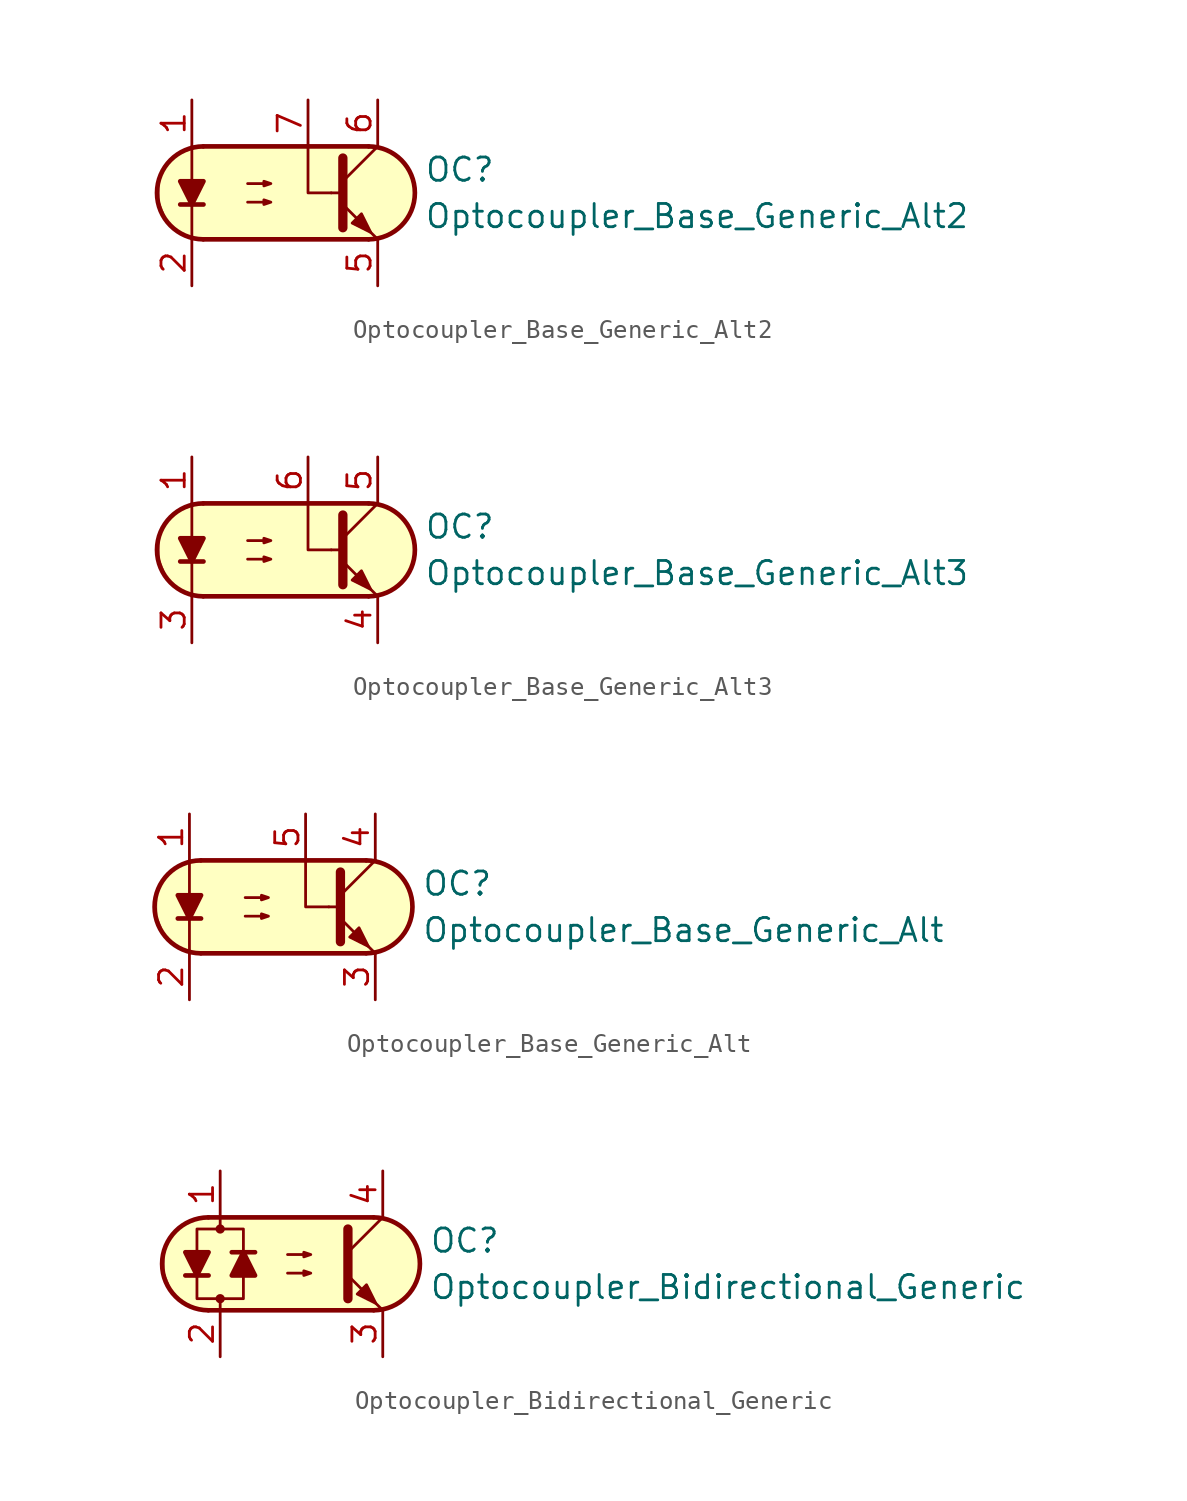
<source format=kicad_sym>
(kicad_symbol_lib
  (version 20211014)
  (generator kicad_symbol_editor)
  (symbol "Optocoupler_AKL:Optocoupler_Base_Generic_Alt2"
    (pin_names
      (offset 1.016))
    (property "Reference" "OC"
      (at 7.62 1.27 0)
      (effects (font (size 1.27 1.27)) (justify left)))
    (property "Value" "Optocoupler_Base_Generic_Alt2"
      (at 7.62 -1.27 0)
      (effects (font (size 1.27 1.27)) (justify left)))
    (symbol "Optocoupler_Base_Generic_Alt2_0_1"
      (arc (start -4.4675 2.54) (mid -6.9851 0) (end -4.4675 -2.54) (stroke (width 0.254) (type default) (color 0 0 0 0)) (fill (type none)))
      (polyline (pts (xy -5.715 -0.635) (xy -4.445 -0.635)) (stroke (width 0.254) (type default) (color 0 0 0 0)) (fill (type none)))
      (polyline (pts (xy -4.445 2.54) (xy 4.572 2.54)) (stroke (width 0.254) (type default) (color 0 0 0 0)) (fill (type none)))
      (polyline (pts (xy 2.54 0) (xy 3.048 0)) (stroke (width 0.152) (type default) (color 0 0 0 0)) (fill (type none)))
      (polyline (pts (xy 3.175 0.635) (xy 5.08 2.54)) (stroke (width 0) (type default) (color 0 0 0 0)) (fill (type none)))
      (polyline (pts (xy 4.572 -2.54) (xy -4.445 -2.54)) (stroke (width 0.254) (type default) (color 0 0 0 0)) (fill (type none)))
      (polyline (pts (xy 5.08 -2.54) (xy 3.175 -0.635)) (stroke (width 0) (type default) (color 0 0 0 0)) (fill (type outline)))
      (polyline (pts (xy -5.08 -2.54) (xy -5.08 -1.27) (xy -5.08 2.54)) (stroke (width 0.152) (type default) (color 0 0 0 0)) (fill (type none)))
      (polyline (pts (xy 2.54 0) (xy 1.27 0) (xy 1.27 2.54)) (stroke (width 0.152) (type default) (color 0 0 0 0)) (fill (type none)))
      (polyline (pts (xy 3.175 1.905) (xy 3.175 -1.905) (xy 3.175 -1.905)) (stroke (width 0.508) (type default) (color 0 0 0 0)) (fill (type none)))
      (polyline (pts (xy -5.08 -0.635) (xy -5.715 0.635) (xy -4.445 0.635) (xy -5.08 -0.635)) (stroke (width 0.254) (type default) (color 0 0 0 0)) (fill (type outline)))
      (polyline (pts (xy -2.032 -0.508) (xy -0.762 -0.508) (xy -1.143 -0.635) (xy -1.143 -0.381) (xy -0.762 -0.508)) (stroke (width 0) (type default) (color 0 0 0 0)) (fill (type none)))
      (polyline (pts (xy -2.032 0.508) (xy -0.762 0.508) (xy -1.143 0.381) (xy -1.143 0.635) (xy -0.762 0.508)) (stroke (width 0) (type default) (color 0 0 0 0)) (fill (type none)))
      (polyline (pts (xy 3.683 -1.651) (xy 4.191 -1.143) (xy 4.699 -2.159) (xy 3.683 -1.651) (xy 3.683 -1.651)) (stroke (width 0) (type default) (color 0 0 0 0)) (fill (type outline)))
      (polyline (pts (xy -3.81 2.54) (xy 4.826 2.54) (xy 5.334 2.413) (xy 5.969 2.159) (xy 6.604 1.524) (xy 6.985 0.762) (xy 7.112 0) (xy 6.985 -0.889) (xy 6.477 -1.651) (xy 5.969 -2.159) (xy 5.334 -2.413) (xy 4.699 -2.54) (xy -5.08 -2.54) (xy -5.08 -2.54) (xy -5.842 -2.032) (xy -6.35 -1.778) (xy -6.858 -0.508) (xy -6.858 0.254) (xy -6.858 1.016) (xy -6.35 1.778) (xy -5.588 2.286) (xy -4.826 2.54) (xy -3.81 2.54)) (stroke (width 0.01) (type default) (color 0 0 0 0)) (fill (type background)))
      (arc (start 4.5945 -2.54) (mid 7.1121 0) (end 4.5945 2.54) (stroke (width 0.254) (type default) (color 0 0 0 0)) (fill (type none))))
    (symbol "Optocoupler_Base_Generic_Alt2_1_1"
      (pin passive line (at -5.08 5.08 270) (length 2.54) (name "~" (effects (font (size 1.27 1.27)))) (number "1" (effects (font (size 1.27 1.27)))))
      (pin passive line (at -5.08 -5.08 90) (length 2.54) (name "~" (effects (font (size 1.27 1.27)))) (number "2" (effects (font (size 1.27 1.27)))))
      (pin passive line (at 5.08 -5.08 90) (length 2.54) (name "~" (effects (font (size 1.27 1.27)))) (number "5" (effects (font (size 1.27 1.27)))))
      (pin passive line (at 5.08 5.08 270) (length 2.54) (name "~" (effects (font (size 1.27 1.27)))) (number "6" (effects (font (size 1.27 1.27)))))
      (pin passive line (at 1.27 5.08 270) (length 2.54) (name "~" (effects (font (size 1.27 1.27)))) (number "7" (effects (font (size 1.27 1.27)))))))
  (symbol "Optocoupler_AKL:Optocoupler_Base_Generic_Alt3"
    (pin_names
      (offset 1.016))
    (property "Reference" "OC"
      (at 7.62 1.27 0)
      (effects (font (size 1.27 1.27)) (justify left)))
    (property "Value" "Optocoupler_Base_Generic_Alt3"
      (at 7.62 -1.27 0)
      (effects (font (size 1.27 1.27)) (justify left)))
    (symbol "Optocoupler_Base_Generic_Alt3_0_1"
      (arc (start -4.4675 2.54) (mid -6.9851 0) (end -4.4675 -2.54) (stroke (width 0.254) (type default) (color 0 0 0 0)) (fill (type none)))
      (polyline (pts (xy -5.715 -0.635) (xy -4.445 -0.635)) (stroke (width 0.254) (type default) (color 0 0 0 0)) (fill (type none)))
      (polyline (pts (xy -4.445 2.54) (xy 4.572 2.54)) (stroke (width 0.254) (type default) (color 0 0 0 0)) (fill (type none)))
      (polyline (pts (xy 2.54 0) (xy 3.048 0)) (stroke (width 0.152) (type default) (color 0 0 0 0)) (fill (type none)))
      (polyline (pts (xy 3.175 0.635) (xy 5.08 2.54)) (stroke (width 0) (type default) (color 0 0 0 0)) (fill (type none)))
      (polyline (pts (xy 4.572 -2.54) (xy -4.445 -2.54)) (stroke (width 0.254) (type default) (color 0 0 0 0)) (fill (type none)))
      (polyline (pts (xy 5.08 -2.54) (xy 3.175 -0.635)) (stroke (width 0) (type default) (color 0 0 0 0)) (fill (type outline)))
      (polyline (pts (xy -5.08 -2.54) (xy -5.08 -1.27) (xy -5.08 2.54)) (stroke (width 0.152) (type default) (color 0 0 0 0)) (fill (type none)))
      (polyline (pts (xy 2.54 0) (xy 1.27 0) (xy 1.27 2.54)) (stroke (width 0.152) (type default) (color 0 0 0 0)) (fill (type none)))
      (polyline (pts (xy 3.175 1.905) (xy 3.175 -1.905) (xy 3.175 -1.905)) (stroke (width 0.508) (type default) (color 0 0 0 0)) (fill (type none)))
      (polyline (pts (xy -5.08 -0.635) (xy -5.715 0.635) (xy -4.445 0.635) (xy -5.08 -0.635)) (stroke (width 0.254) (type default) (color 0 0 0 0)) (fill (type outline)))
      (polyline (pts (xy -2.032 -0.508) (xy -0.762 -0.508) (xy -1.143 -0.635) (xy -1.143 -0.381) (xy -0.762 -0.508)) (stroke (width 0) (type default) (color 0 0 0 0)) (fill (type none)))
      (polyline (pts (xy -2.032 0.508) (xy -0.762 0.508) (xy -1.143 0.381) (xy -1.143 0.635) (xy -0.762 0.508)) (stroke (width 0) (type default) (color 0 0 0 0)) (fill (type none)))
      (polyline (pts (xy 3.683 -1.651) (xy 4.191 -1.143) (xy 4.699 -2.159) (xy 3.683 -1.651) (xy 3.683 -1.651)) (stroke (width 0) (type default) (color 0 0 0 0)) (fill (type outline)))
      (polyline (pts (xy -3.81 2.54) (xy 4.826 2.54) (xy 5.334 2.413) (xy 5.969 2.159) (xy 6.604 1.524) (xy 6.985 0.762) (xy 7.112 0) (xy 6.985 -0.889) (xy 6.477 -1.651) (xy 5.969 -2.159) (xy 5.334 -2.413) (xy 4.699 -2.54) (xy -5.08 -2.54) (xy -5.08 -2.54) (xy -5.842 -2.032) (xy -6.35 -1.778) (xy -6.858 -0.508) (xy -6.858 0.254) (xy -6.858 1.016) (xy -6.35 1.778) (xy -5.588 2.286) (xy -4.826 2.54) (xy -3.81 2.54)) (stroke (width 0.01) (type default) (color 0 0 0 0)) (fill (type background)))
      (arc (start 4.5945 -2.54) (mid 7.1121 0) (end 4.5945 2.54) (stroke (width 0.254) (type default) (color 0 0 0 0)) (fill (type none))))
    (symbol "Optocoupler_Base_Generic_Alt3_1_1"
      (pin passive line (at -5.08 5.08 270) (length 2.54) (name "~" (effects (font (size 1.27 1.27)))) (number "1" (effects (font (size 1.27 1.27)))))
      (pin passive line (at -5.08 -5.08 90) (length 2.54) (name "~" (effects (font (size 1.27 1.27)))) (number "3" (effects (font (size 1.27 1.27)))))
      (pin passive line (at 5.08 -5.08 90) (length 2.54) (name "~" (effects (font (size 1.27 1.27)))) (number "4" (effects (font (size 1.27 1.27)))))
      (pin passive line (at 5.08 5.08 270) (length 2.54) (name "~" (effects (font (size 1.27 1.27)))) (number "5" (effects (font (size 1.27 1.27)))))
      (pin passive line (at 1.27 5.08 270) (length 2.54) (name "~" (effects (font (size 1.27 1.27)))) (number "6" (effects (font (size 1.27 1.27)))))))
  (symbol "Optocoupler_AKL:Optocoupler_Base_Generic_Alt"
    (pin_names
      (offset 1.016))
    (property "Reference" "OC"
      (at 7.62 1.27 0)
      (effects (font (size 1.27 1.27)) (justify left)))
    (property "Value" "Optocoupler_Base_Generic_Alt"
      (at 7.62 -1.27 0)
      (effects (font (size 1.27 1.27)) (justify left)))
    (symbol "Optocoupler_Base_Generic_Alt_0_1"
      (arc (start -4.4675 2.54) (mid -6.9851 0) (end -4.4675 -2.54) (stroke (width 0.254) (type default) (color 0 0 0 0)) (fill (type none)))
      (polyline (pts (xy -5.715 -0.635) (xy -4.445 -0.635)) (stroke (width 0.254) (type default) (color 0 0 0 0)) (fill (type none)))
      (polyline (pts (xy -4.445 2.54) (xy 4.572 2.54)) (stroke (width 0.254) (type default) (color 0 0 0 0)) (fill (type none)))
      (polyline (pts (xy 2.54 0) (xy 3.048 0)) (stroke (width 0.152) (type default) (color 0 0 0 0)) (fill (type none)))
      (polyline (pts (xy 3.175 0.635) (xy 5.08 2.54)) (stroke (width 0) (type default) (color 0 0 0 0)) (fill (type none)))
      (polyline (pts (xy 4.572 -2.54) (xy -4.445 -2.54)) (stroke (width 0.254) (type default) (color 0 0 0 0)) (fill (type none)))
      (polyline (pts (xy 5.08 -2.54) (xy 3.175 -0.635)) (stroke (width 0) (type default) (color 0 0 0 0)) (fill (type outline)))
      (polyline (pts (xy -5.08 -2.54) (xy -5.08 -1.27) (xy -5.08 2.54)) (stroke (width 0.152) (type default) (color 0 0 0 0)) (fill (type none)))
      (polyline (pts (xy 2.54 0) (xy 1.27 0) (xy 1.27 2.54)) (stroke (width 0.152) (type default) (color 0 0 0 0)) (fill (type none)))
      (polyline (pts (xy 3.175 1.905) (xy 3.175 -1.905) (xy 3.175 -1.905)) (stroke (width 0.508) (type default) (color 0 0 0 0)) (fill (type none)))
      (polyline (pts (xy -5.08 -0.635) (xy -5.715 0.635) (xy -4.445 0.635) (xy -5.08 -0.635)) (stroke (width 0.254) (type default) (color 0 0 0 0)) (fill (type outline)))
      (polyline (pts (xy -2.032 -0.508) (xy -0.762 -0.508) (xy -1.143 -0.635) (xy -1.143 -0.381) (xy -0.762 -0.508)) (stroke (width 0) (type default) (color 0 0 0 0)) (fill (type none)))
      (polyline (pts (xy -2.032 0.508) (xy -0.762 0.508) (xy -1.143 0.381) (xy -1.143 0.635) (xy -0.762 0.508)) (stroke (width 0) (type default) (color 0 0 0 0)) (fill (type none)))
      (polyline (pts (xy 3.683 -1.651) (xy 4.191 -1.143) (xy 4.699 -2.159) (xy 3.683 -1.651) (xy 3.683 -1.651)) (stroke (width 0) (type default) (color 0 0 0 0)) (fill (type outline)))
      (polyline (pts (xy -3.81 2.54) (xy 4.826 2.54) (xy 5.334 2.413) (xy 5.969 2.159) (xy 6.604 1.524) (xy 6.985 0.762) (xy 7.112 0) (xy 6.985 -0.889) (xy 6.477 -1.651) (xy 5.969 -2.159) (xy 5.334 -2.413) (xy 4.699 -2.54) (xy -5.08 -2.54) (xy -5.08 -2.54) (xy -5.842 -2.032) (xy -6.35 -1.778) (xy -6.858 -0.508) (xy -6.858 0.254) (xy -6.858 1.016) (xy -6.35 1.778) (xy -5.588 2.286) (xy -4.826 2.54) (xy -3.81 2.54)) (stroke (width 0.01) (type default) (color 0 0 0 0)) (fill (type background)))
      (arc (start 4.5945 -2.54) (mid 7.1121 0) (end 4.5945 2.54) (stroke (width 0.254) (type default) (color 0 0 0 0)) (fill (type none))))
    (symbol "Optocoupler_Base_Generic_Alt_1_1"
      (pin passive line (at -5.08 5.08 270) (length 2.54) (name "~" (effects (font (size 1.27 1.27)))) (number "1" (effects (font (size 1.27 1.27)))))
      (pin passive line (at -5.08 -5.08 90) (length 2.54) (name "~" (effects (font (size 1.27 1.27)))) (number "2" (effects (font (size 1.27 1.27)))))
      (pin passive line (at 5.08 -5.08 90) (length 2.54) (name "~" (effects (font (size 1.27 1.27)))) (number "3" (effects (font (size 1.27 1.27)))))
      (pin passive line (at 5.08 5.08 270) (length 2.54) (name "~" (effects (font (size 1.27 1.27)))) (number "4" (effects (font (size 1.27 1.27)))))
      (pin passive line (at 1.27 5.08 270) (length 2.54) (name "~" (effects (font (size 1.27 1.27)))) (number "5" (effects (font (size 1.27 1.27)))))))
  (symbol "Optocoupler_AKL:Optocoupler_Bidirectional_Generic"
    (pin_names
      (offset 1.016))
    (property "Reference" "OC"
      (at 7.62 1.27 0)
      (effects (font (size 1.27 1.27)) (justify left)))
    (property "Value" "Optocoupler_Bidirectional_Generic"
      (at 7.62 -1.27 0)
      (effects (font (size 1.27 1.27)) (justify left)))
    (symbol "Optocoupler_Bidirectional_Generic_0_1"
      (arc (start -4.4675 2.54) (mid -6.9851 0) (end -4.4675 -2.54) (stroke (width 0.254) (type default) (color 0 0 0 0)) (fill (type none)))
      (circle (center -3.81 -1.905) (radius 0.178) (stroke (width 0)) (stroke (width 0) (type default) (color 0 0 0 0)) (fill (type outline)))
      (circle (center -3.81 1.905) (radius 0.178) (stroke (width 0)) (stroke (width 0) (type default) (color 0 0 0 0)) (fill (type outline)))
      (polyline (pts (xy -5.715 -0.635) (xy -4.445 -0.635)) (stroke (width 0.254) (type default) (color 0 0 0 0)) (fill (type none)))
      (polyline (pts (xy -4.445 2.54) (xy 4.572 2.54)) (stroke (width 0.254) (type default) (color 0 0 0 0)) (fill (type none)))
      (polyline (pts (xy -3.81 1.905) (xy -3.81 2.54)) (stroke (width 0.152) (type default) (color 0 0 0 0)) (fill (type none)))
      (polyline (pts (xy -1.905 0.635) (xy -3.175 0.635)) (stroke (width 0.254) (type default) (color 0 0 0 0)) (fill (type none)))
      (polyline (pts (xy 3.175 0.635) (xy 5.08 2.54)) (stroke (width 0) (type default) (color 0 0 0 0)) (fill (type none)))
      (polyline (pts (xy 4.572 -2.54) (xy -4.445 -2.54)) (stroke (width 0.254) (type default) (color 0 0 0 0)) (fill (type none)))
      (polyline (pts (xy 5.08 -2.54) (xy 3.175 -0.635)) (stroke (width 0) (type default) (color 0 0 0 0)) (fill (type outline)))
      (polyline (pts (xy 3.175 1.905) (xy 3.175 -1.905) (xy 3.175 -1.905)) (stroke (width 0.508) (type default) (color 0 0 0 0)) (fill (type none)))
      (polyline (pts (xy -5.08 -0.635) (xy -5.715 0.635) (xy -4.445 0.635) (xy -5.08 -0.635)) (stroke (width 0.254) (type default) (color 0 0 0 0)) (fill (type outline)))
      (polyline (pts (xy -2.54 0.635) (xy -1.905 -0.635) (xy -3.175 -0.635) (xy -2.54 0.635)) (stroke (width 0.254) (type default) (color 0 0 0 0)) (fill (type outline)))
      (polyline (pts (xy -0.127 -0.508) (xy 1.143 -0.508) (xy 0.762 -0.635) (xy 0.762 -0.381) (xy 1.143 -0.508)) (stroke (width 0) (type default) (color 0 0 0 0)) (fill (type none)))
      (polyline (pts (xy -0.127 0.508) (xy 1.143 0.508) (xy 0.762 0.381) (xy 0.762 0.635) (xy 1.143 0.508)) (stroke (width 0) (type default) (color 0 0 0 0)) (fill (type none)))
      (polyline (pts (xy 3.683 -1.651) (xy 4.191 -1.143) (xy 4.699 -2.159) (xy 3.683 -1.651) (xy 3.683 -1.651)) (stroke (width 0) (type default) (color 0 0 0 0)) (fill (type outline)))
      (polyline (pts (xy -3.81 -2.54) (xy -3.81 -1.905) (xy -5.08 -1.905) (xy -5.08 1.905) (xy -2.54 1.905) (xy -2.54 -1.905) (xy -3.81 -1.905)) (stroke (width 0.152) (type default) (color 0 0 0 0)) (fill (type none)))
      (polyline (pts (xy -3.81 2.54) (xy 4.826 2.54) (xy 5.334 2.413) (xy 5.969 2.159) (xy 6.604 1.524) (xy 6.985 0.762) (xy 7.112 0) (xy 6.985 -0.889) (xy 6.477 -1.651) (xy 5.969 -2.159) (xy 5.334 -2.413) (xy 4.699 -2.54) (xy -5.08 -2.54) (xy -5.08 -2.54) (xy -5.842 -2.032) (xy -6.35 -1.778) (xy -6.858 -0.508) (xy -6.858 0.254) (xy -6.858 1.016) (xy -6.35 1.778) (xy -5.588 2.286) (xy -4.826 2.54) (xy -3.81 2.54)) (stroke (width 0.01) (type default) (color 0 0 0 0)) (fill (type background)))
      (arc (start 4.5945 -2.54) (mid 7.1121 0) (end 4.5945 2.54) (stroke (width 0.254) (type default) (color 0 0 0 0)) (fill (type none))))
    (symbol "Optocoupler_Bidirectional_Generic_1_1"
      (pin passive line (at -3.81 5.08 270) (length 2.54) (name "~" (effects (font (size 1.27 1.27)))) (number "1" (effects (font (size 1.27 1.27)))))
      (pin passive line (at -3.81 -5.08 90) (length 2.54) (name "~" (effects (font (size 1.27 1.27)))) (number "2" (effects (font (size 1.27 1.27)))))
      (pin passive line (at 5.08 -5.08 90) (length 2.54) (name "~" (effects (font (size 1.27 1.27)))) (number "3" (effects (font (size 1.27 1.27)))))
      (pin passive line (at 5.08 5.08 270) (length 2.54) (name "~" (effects (font (size 1.27 1.27)))) (number "4" (effects (font (size 1.27 1.27))))))))
</source>
